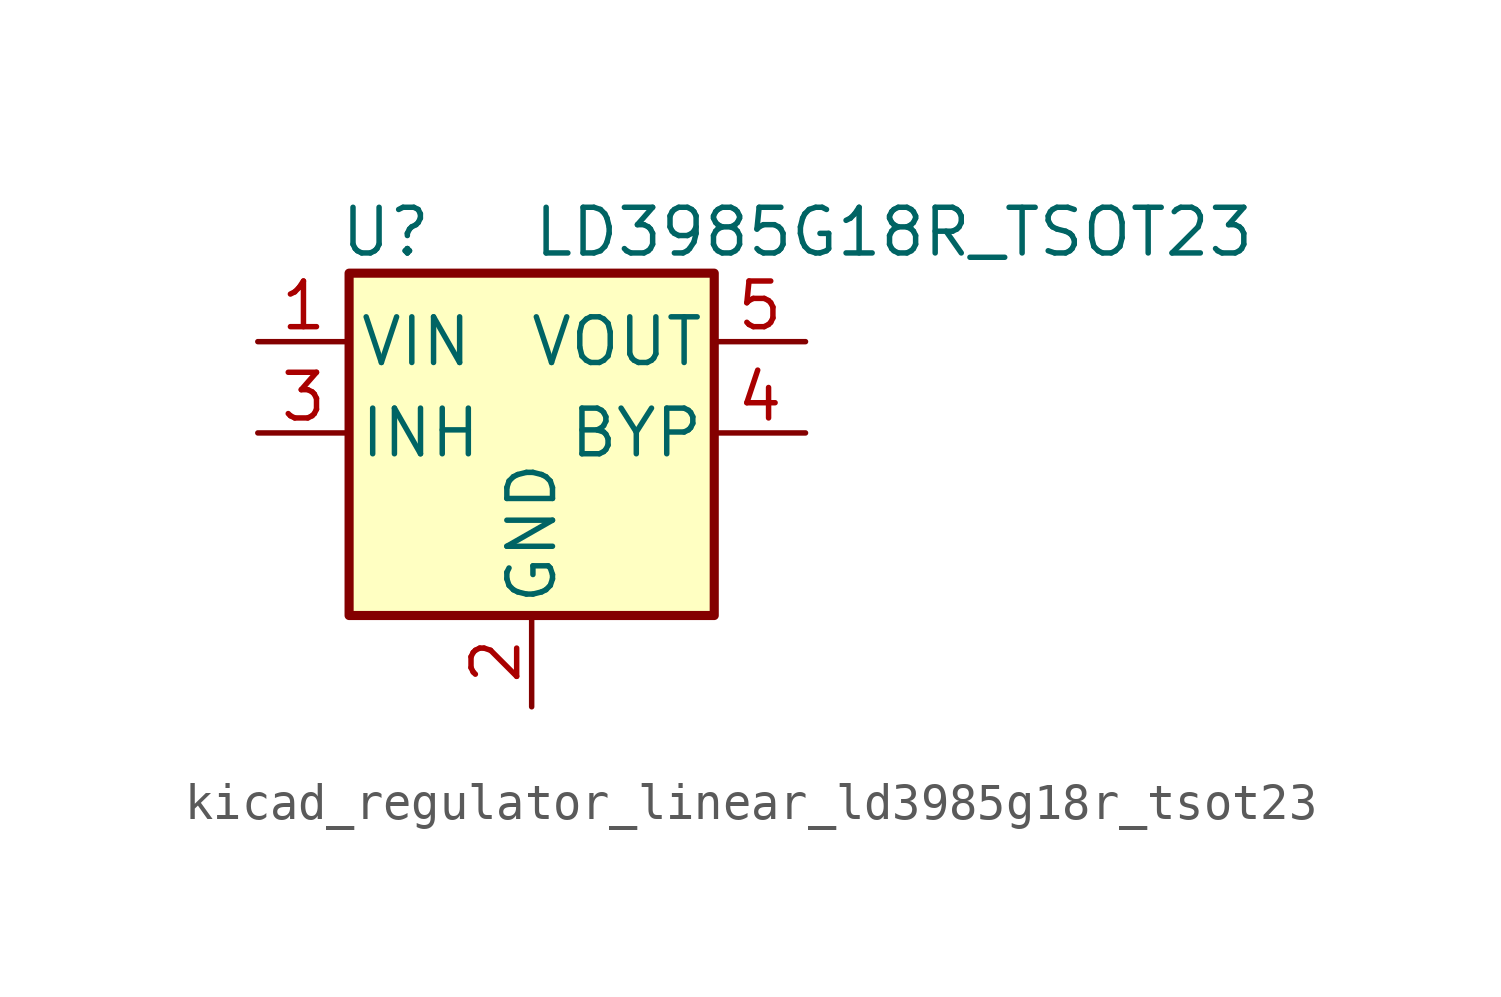
<source format=kicad_sym>
(kicad_symbol_lib
  (version 20220914)
  (generator kicad_symbol_editor)
  (symbol "kicad_regulator_linear_ld3985g18r_tsot23"
    (pin_names
      (offset 0.254))
    (property "Reference" "U"
      (at -4.064 5.588 0)
      (effects (font (size 1.27 1.27))))
    (property "Value" "LD3985G18R_TSOT23"
      (at 0 5.588 0)
      (effects (font (size 1.27 1.27)) (justify left)))
    (symbol "kicad_regulator_linear_ld3985g18r_tsot23_0_1"
      (rectangle (start -5.08 4.445) (end 5.08 -5.08) (stroke (width 0.254) (type default)) (fill (type background))))
    (symbol "kicad_regulator_linear_ld3985g18r_tsot23_1_1"
      (pin power_in line (at -7.62 2.54 0) (length 2.54) (name "VIN" (effects (font (size 1.27 1.27)))) (number "1" (effects (font (size 1.27 1.27)))))
      (pin power_in line (at 0 -7.62 90) (length 2.54) (name "GND" (effects (font (size 1.27 1.27)))) (number "2" (effects (font (size 1.27 1.27)))))
      (pin input line (at -7.62 0 0) (length 2.54) (name "INH" (effects (font (size 1.27 1.27)))) (number "3" (effects (font (size 1.27 1.27)))))
      (pin input line (at 7.62 0 180) (length 2.54) (name "BYP" (effects (font (size 1.27 1.27)))) (number "4" (effects (font (size 1.27 1.27)))))
      (pin power_out line (at 7.62 2.54 180) (length 2.54) (name "VOUT" (effects (font (size 1.27 1.27)))) (number "5" (effects (font (size 1.27 1.27))))))))
</source>
